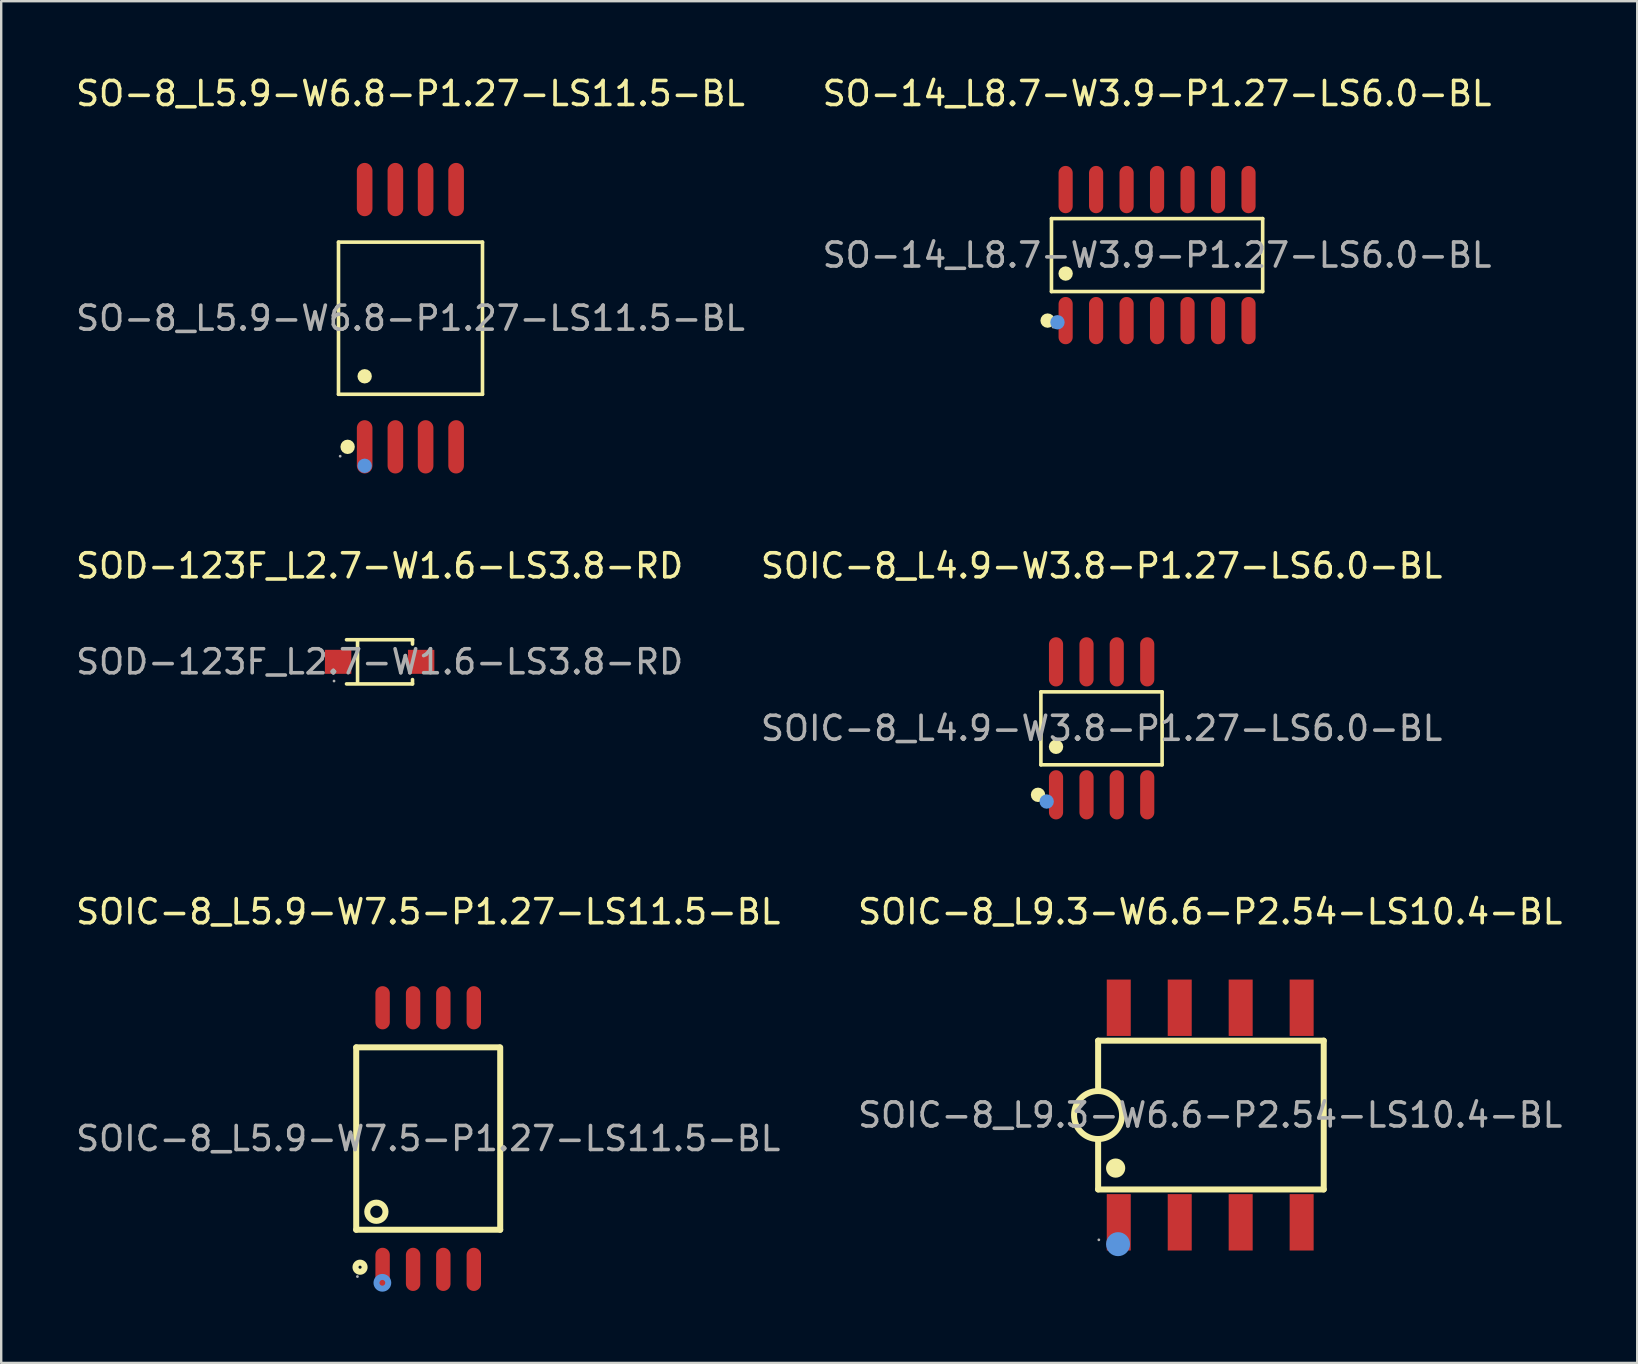
<source format=kicad_pcb>
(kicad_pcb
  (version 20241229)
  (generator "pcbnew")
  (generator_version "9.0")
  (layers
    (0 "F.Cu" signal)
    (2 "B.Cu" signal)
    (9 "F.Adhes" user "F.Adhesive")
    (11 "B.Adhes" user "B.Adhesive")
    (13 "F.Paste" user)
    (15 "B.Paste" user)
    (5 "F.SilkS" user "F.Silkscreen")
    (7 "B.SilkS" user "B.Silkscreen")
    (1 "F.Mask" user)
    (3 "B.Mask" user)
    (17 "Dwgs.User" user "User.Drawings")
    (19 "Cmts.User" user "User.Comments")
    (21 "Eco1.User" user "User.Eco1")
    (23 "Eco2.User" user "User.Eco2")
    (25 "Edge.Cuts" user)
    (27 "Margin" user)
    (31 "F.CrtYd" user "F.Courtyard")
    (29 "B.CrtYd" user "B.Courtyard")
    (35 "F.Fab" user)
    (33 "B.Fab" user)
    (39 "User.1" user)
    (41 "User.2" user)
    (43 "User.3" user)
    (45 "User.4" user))
  (footprint "SO-8_L5.9-W6.8-P1.27-LS11.5-BL"
    (layer "F.Cu")
    (at 14.054 10.208)
    (property "Reference" "SO-8_L5.9-W6.8-P1.27-LS11.5-BL" (at 0 -9.36 0) (layer "F.SilkS") (effects (font (size 1 1) (thickness 0.15))))
    (attr smd)
    (fp_line (start -3 -3.17) (end 3 -3.17) (stroke (width 0.15) (type solid)) (layer "F.SilkS"))
    (fp_line (start -3 3.17) (end -3 -3.17) (stroke (width 0.15) (type solid)) (layer "F.SilkS"))
    (fp_line (start 3 -3.17) (end 3 3.17) (stroke (width 0.15) (type solid)) (layer "F.SilkS"))
    (fp_line (start 3 3.17) (end -3 3.17) (stroke (width 0.15) (type solid)) (layer "F.SilkS"))
    (fp_circle (center -2.62 5.36) (end -2.47 5.36) (stroke (width 0.3) (type solid)) (fill no) (layer "F.SilkS"))
    (fp_circle (center -1.91 2.42) (end -1.76 2.42) (stroke (width 0.3) (type solid)) (fill no) (layer "F.SilkS"))
    (fp_circle (center -1.91 6.15) (end -1.76 6.15) (stroke (width 0.3) (type solid)) (fill no) (layer "Cmts.User"))
    (fp_circle (center -2.93 5.75) (end -2.9 5.75) (stroke (width 0.06) (type solid)) (fill no) (layer "F.Fab"))
    (fp_text user "${REFERENCE}" (at 0 0 0) (layer "F.Fab") (effects (font (size 1 1) (thickness 0.15))))
    (pad "1" smd oval (at -1.91 5.36) (size 0.65 2.22) (layers "F.Cu" "F.Mask" "F.Paste"))
    (pad "2" smd oval (at -0.63 5.36) (size 0.65 2.22) (layers "F.Cu" "F.Mask" "F.Paste"))
    (pad "3" smd oval (at 0.63 5.36) (size 0.65 2.22) (layers "F.Cu" "F.Mask" "F.Paste"))
    (pad "4" smd oval (at 1.9 5.36) (size 0.65 2.22) (layers "F.Cu" "F.Mask" "F.Paste"))
    (pad "5" smd oval (at 1.9 -5.36) (size 0.65 2.22) (layers "F.Cu" "F.Mask" "F.Paste"))
    (pad "6" smd oval (at 0.63 -5.36) (size 0.65 2.22) (layers "F.Cu" "F.Mask" "F.Paste"))
    (pad "7" smd oval (at -0.63 -5.36) (size 0.65 2.22) (layers "F.Cu" "F.Mask" "F.Paste"))
    (pad "8" smd oval (at -1.91 -5.36) (size 0.65 2.22) (layers "F.Cu" "F.Mask" "F.Paste")))
  (footprint "SOD-123F_L2.7-W1.6-LS3.8-RD"
    (layer "F.Cu")
    (at 12.768 24.526)
    (property "Reference" "SOD-123F_L2.7-W1.6-LS3.8-RD" (at 0 -4 0) (layer "F.SilkS") (effects (font (size 1 1) (thickness 0.15))))
    (attr smd)
    (fp_line (start -1.38 -0.92) (end 1.37 -0.92) (stroke (width 0.15) (type solid)) (layer "F.SilkS"))
    (fp_line (start -1.38 0.92) (end 1.37 0.92) (stroke (width 0.15) (type solid)) (layer "F.SilkS"))
    (fp_line (start -0.92 -0.88) (end -0.92 0.88) (stroke (width 0.15) (type solid)) (layer "F.SilkS"))
    (fp_line (start 1.37 -0.92) (end 1.37 -0.74) (stroke (width 0.15) (type solid)) (layer "F.SilkS"))
    (fp_line (start 1.37 0.92) (end 1.37 0.74) (stroke (width 0.15) (type solid)) (layer "F.SilkS"))
    (fp_circle (center -1.9 0.8) (end -1.87 0.8) (stroke (width 0.06) (type solid)) (fill no) (layer "F.Fab"))
    (fp_text user "${REFERENCE}" (at 0 0 0) (layer "F.Fab") (effects (font (size 1 1) (thickness 0.15))))
    (pad "1" smd rect (at -1.73 0) (size 1.1 1) (layers "F.Cu" "F.Mask" "F.Paste"))
    (pad "2" smd rect (at 1.73 0) (size 1.1 1) (layers "F.Cu" "F.Mask" "F.Paste")))
  (footprint "SO-14_L8.7-W3.9-P1.27-LS6.0-BL"
    (layer "F.Cu")
    (at 45.161 7.578)
    (property "Reference" "SO-14_L8.7-W3.9-P1.27-LS6.0-BL" (at 0 -6.73 0) (layer "F.SilkS") (effects (font (size 1 1) (thickness 0.15))))
    (attr smd)
    (fp_line (start -4.4 -1.52) (end 4.4 -1.52) (stroke (width 0.15) (type solid)) (layer "F.SilkS"))
    (fp_line (start -4.4 1.52) (end -4.4 -1.52) (stroke (width 0.15) (type solid)) (layer "F.SilkS"))
    (fp_line (start 4.4 -1.52) (end 4.4 1.52) (stroke (width 0.15) (type solid)) (layer "F.SilkS"))
    (fp_line (start 4.4 1.52) (end -4.4 1.52) (stroke (width 0.15) (type solid)) (layer "F.SilkS"))
    (fp_circle (center -4.56 2.73) (end -4.41 2.73) (stroke (width 0.3) (type solid)) (fill no) (layer "F.SilkS"))
    (fp_circle (center -3.81 0.77) (end -3.66 0.77) (stroke (width 0.3) (type solid)) (fill no) (layer "F.SilkS"))
    (fp_circle (center -4.15 2.8) (end -4 2.8) (stroke (width 0.3) (type solid)) (fill no) (layer "Cmts.User"))
    (fp_circle (center -4.33 3) (end -4.3 3) (stroke (width 0.06) (type solid)) (fill no) (layer "F.Fab"))
    (fp_text user "${REFERENCE}" (at 0 0 0) (layer "F.Fab") (effects (font (size 1 1) (thickness 0.15))))
    (pad "1" smd oval (at -3.81 2.73) (size 0.59 1.97) (layers "F.Cu" "F.Mask" "F.Paste"))
    (pad "2" smd oval (at -2.54 2.73) (size 0.59 1.97) (layers "F.Cu" "F.Mask" "F.Paste"))
    (pad "3" smd oval (at -1.27 2.73) (size 0.59 1.97) (layers "F.Cu" "F.Mask" "F.Paste"))
    (pad "4" smd oval (at 0 2.73) (size 0.59 1.97) (layers "F.Cu" "F.Mask" "F.Paste"))
    (pad "5" smd oval (at 1.27 2.73) (size 0.59 1.97) (layers "F.Cu" "F.Mask" "F.Paste"))
    (pad "6" smd oval (at 2.54 2.73) (size 0.59 1.97) (layers "F.Cu" "F.Mask" "F.Paste"))
    (pad "7" smd oval (at 3.81 2.73) (size 0.59 1.97) (layers "F.Cu" "F.Mask" "F.Paste"))
    (pad "8" smd oval (at 3.81 -2.73) (size 0.59 1.97) (layers "F.Cu" "F.Mask" "F.Paste"))
    (pad "9" smd oval (at 2.54 -2.73) (size 0.59 1.97) (layers "F.Cu" "F.Mask" "F.Paste"))
    (pad "10" smd oval (at 1.27 -2.73) (size 0.59 1.97) (layers "F.Cu" "F.Mask" "F.Paste"))
    (pad "11" smd oval (at 0 -2.73) (size 0.59 1.97) (layers "F.Cu" "F.Mask" "F.Paste"))
    (pad "12" smd oval (at -1.27 -2.73) (size 0.59 1.97) (layers "F.Cu" "F.Mask" "F.Paste"))
    (pad "13" smd oval (at -2.54 -2.73) (size 0.59 1.97) (layers "F.Cu" "F.Mask" "F.Paste"))
    (pad "14" smd oval (at -3.81 -2.73) (size 0.59 1.97) (layers "F.Cu" "F.Mask" "F.Paste")))
  (footprint "SOIC-8_L5.9-W7.5-P1.27-LS11.5-BL"
    (layer "F.Cu")
    (at 14.792 44.39)
    (property "Reference" "SOIC-8_L5.9-W7.5-P1.27-LS11.5-BL" (at 0 -9.45 0) (layer "F.SilkS") (effects (font (size 1 1) (thickness 0.15))))
    (attr smd)
    (fp_line (start -3 -3.8) (end -3 3.8) (stroke (width 0.25) (type solid)) (layer "F.SilkS"))
    (fp_line (start -3 -3.8) (end 2.97 -3.8) (stroke (width 0.25) (type solid)) (layer "F.SilkS"))
    (fp_line (start -3 3.8) (end 3 3.8) (stroke (width 0.25) (type solid)) (layer "F.SilkS"))
    (fp_line (start 3 -3.8) (end 3 3.8) (stroke (width 0.25) (type solid)) (layer "F.SilkS"))
    (fp_circle (center -2.84 5.36) (end -2.65 5.36) (stroke (width 0.25) (type solid)) (fill no) (layer "F.SilkS"))
    (fp_circle (center -2.16 3.05) (end -1.78 3.05) (stroke (width 0.25) (type solid)) (fill no) (layer "F.SilkS"))
    (fp_circle (center -1.91 6.01) (end -1.79 6.01) (stroke (width 0.25) (type solid)) (fill no) (layer "Cmts.User"))
    (fp_circle (center -2.95 5.75) (end -2.92 5.75) (stroke (width 0.06) (type solid)) (fill no) (layer "F.Fab"))
    (fp_text user "${REFERENCE}" (at 0 0 0) (layer "F.Fab") (effects (font (size 1 1) (thickness 0.15))))
    (pad "1" smd oval (at -1.9 5.45 180) (size 0.6 1.8) (layers "F.Cu" "F.Mask" "F.Paste"))
    (pad "2" smd oval (at -0.63 5.45 180) (size 0.6 1.8) (layers "F.Cu" "F.Mask" "F.Paste"))
    (pad "3" smd oval (at 0.63 5.45 180) (size 0.6 1.8) (layers "F.Cu" "F.Mask" "F.Paste"))
    (pad "4" smd oval (at 1.9 5.45 180) (size 0.6 1.8) (layers "F.Cu" "F.Mask" "F.Paste"))
    (pad "5" smd oval (at 1.9 -5.45 180) (size 0.6 1.8) (layers "F.Cu" "F.Mask" "F.Paste"))
    (pad "6" smd oval (at 0.63 -5.45 180) (size 0.6 1.8) (layers "F.Cu" "F.Mask" "F.Paste"))
    (pad "7" smd oval (at -0.63 -5.45 180) (size 0.6 1.8) (layers "F.Cu" "F.Mask" "F.Paste"))
    (pad "8" smd oval (at -1.9 -5.45 180) (size 0.6 1.8) (layers "F.Cu" "F.Mask" "F.Paste")))
  (footprint "SOIC-8_L4.9-W3.8-P1.27-LS6.0-BL"
    (layer "F.Cu")
    (at 42.851 27.297)
    (property "Reference" "SOIC-8_L4.9-W3.8-P1.27-LS6.0-BL" (at 0 -6.77 0) (layer "F.SilkS") (effects (font (size 1 1) (thickness 0.15))))
    (attr smd)
    (fp_line (start -2.53 -1.52) (end 2.52 -1.52) (stroke (width 0.15) (type solid)) (layer "F.SilkS"))
    (fp_line (start -2.53 1.52) (end -2.53 -1.52) (stroke (width 0.15) (type solid)) (layer "F.SilkS"))
    (fp_line (start 2.52 -1.52) (end 2.52 1.52) (stroke (width 0.15) (type solid)) (layer "F.SilkS"))
    (fp_line (start 2.52 1.52) (end -2.53 1.52) (stroke (width 0.15) (type solid)) (layer "F.SilkS"))
    (fp_circle (center -2.65 2.77) (end -2.5 2.77) (stroke (width 0.3) (type solid)) (fill no) (layer "F.SilkS"))
    (fp_circle (center -1.9 0.77) (end -1.75 0.77) (stroke (width 0.3) (type solid)) (fill no) (layer "F.SilkS"))
    (fp_circle (center -2.29 3.05) (end -2.14 3.05) (stroke (width 0.3) (type solid)) (fill no) (layer "Cmts.User"))
    (fp_circle (center -2.45 3) (end -2.42 3) (stroke (width 0.06) (type solid)) (fill no) (layer "F.Fab"))
    (fp_text user "${REFERENCE}" (at 0 0 0) (layer "F.Fab") (effects (font (size 1 1) (thickness 0.15))))
    (pad "1" smd oval (at -1.9 2.77) (size 0.59 2.05) (layers "F.Cu" "F.Mask" "F.Paste"))
    (pad "2" smd oval (at -0.63 2.77) (size 0.59 2.05) (layers "F.Cu" "F.Mask" "F.Paste"))
    (pad "3" smd oval (at 0.63 2.77) (size 0.59 2.05) (layers "F.Cu" "F.Mask" "F.Paste"))
    (pad "4" smd oval (at 1.9 2.77) (size 0.59 2.05) (layers "F.Cu" "F.Mask" "F.Paste"))
    (pad "5" smd oval (at 1.9 -2.77) (size 0.59 2.05) (layers "F.Cu" "F.Mask" "F.Paste"))
    (pad "6" smd oval (at 0.63 -2.77) (size 0.59 2.05) (layers "F.Cu" "F.Mask" "F.Paste"))
    (pad "7" smd oval (at -0.63 -2.77) (size 0.59 2.05) (layers "F.Cu" "F.Mask" "F.Paste"))
    (pad "8" smd oval (at -1.9 -2.77) (size 0.59 2.05) (layers "F.Cu" "F.Mask" "F.Paste")))
  (footprint "SOIC-8_L9.3-W6.6-P2.54-LS10.4-BL"
    (layer "F.Cu")
    (at 47.375 43.41)
    (property "Reference" "SOIC-8_L9.3-W6.6-P2.54-LS10.4-BL" (at 0 -8.47 0) (layer "F.SilkS") (effects (font (size 1 1) (thickness 0.15))))
    (attr smd)
    (fp_line (start -4.67 -3.1) (end 4.73 -3.1) (stroke (width 0.25) (type solid)) (layer "F.SilkS"))
    (fp_line (start -4.67 -1) (end -4.67 -3.1) (stroke (width 0.25) (type solid)) (layer "F.SilkS"))
    (fp_line (start -4.67 3.1) (end -4.67 1) (stroke (width 0.25) (type solid)) (layer "F.SilkS"))
    (fp_line (start 4.73 -3.1) (end 4.73 3.1) (stroke (width 0.25) (type solid)) (layer "F.SilkS"))
    (fp_line (start 4.73 3.1) (end -4.67 3.1) (stroke (width 0.25) (type solid)) (layer "F.SilkS"))
    (fp_arc (start -4.652548 -0.999848) (mid -4.678726 0.999962) (end -4.67 -1) (stroke (width 0.25) (type solid)) (layer "F.SilkS"))
    (fp_arc (start -3.94 2.21) (mid -3.94 2.21) (end -3.94 2.21) (stroke (width 0.4) (type solid)) (layer "F.SilkS"))
    (fp_circle (center -3.84 5.38) (end -3.59 5.38) (stroke (width 0.5) (type solid)) (fill no) (layer "Cmts.User"))
    (fp_circle (center -4.64 5.2) (end -4.61 5.2) (stroke (width 0.06) (type solid)) (fill no) (layer "F.Fab"))
    (fp_text user "${REFERENCE}" (at 0 0 0) (layer "F.Fab") (effects (font (size 1 1) (thickness 0.15))))
    (pad "1" smd rect (at -3.81 4.47 90) (size 2.35 1) (layers "F.Cu" "F.Mask" "F.Paste"))
    (pad "2" smd rect (at -1.27 4.47 90) (size 2.35 1) (layers "F.Cu" "F.Mask" "F.Paste"))
    (pad "3" smd rect (at 1.27 4.47 90) (size 2.35 1) (layers "F.Cu" "F.Mask" "F.Paste"))
    (pad "4" smd rect (at 3.81 4.47 90) (size 2.35 1) (layers "F.Cu" "F.Mask" "F.Paste"))
    (pad "5" smd rect (at 3.81 -4.47 90) (size 2.35 1) (layers "F.Cu" "F.Mask" "F.Paste"))
    (pad "6" smd rect (at 1.27 -4.47 90) (size 2.35 1) (layers "F.Cu" "F.Mask" "F.Paste"))
    (pad "7" smd rect (at -1.27 -4.47 90) (size 2.35 1) (layers "F.Cu" "F.Mask" "F.Paste"))
    (pad "8" smd rect (at -3.81 -4.47 90) (size 2.35 1) (layers "F.Cu" "F.Mask" "F.Paste")))
  (gr_rect
    (start -3 -3)
    (end 65.167 53.74)
    (stroke (width 0.1) (type default))
    (fill no)
    (layer "Edge.Cuts")))
</source>
